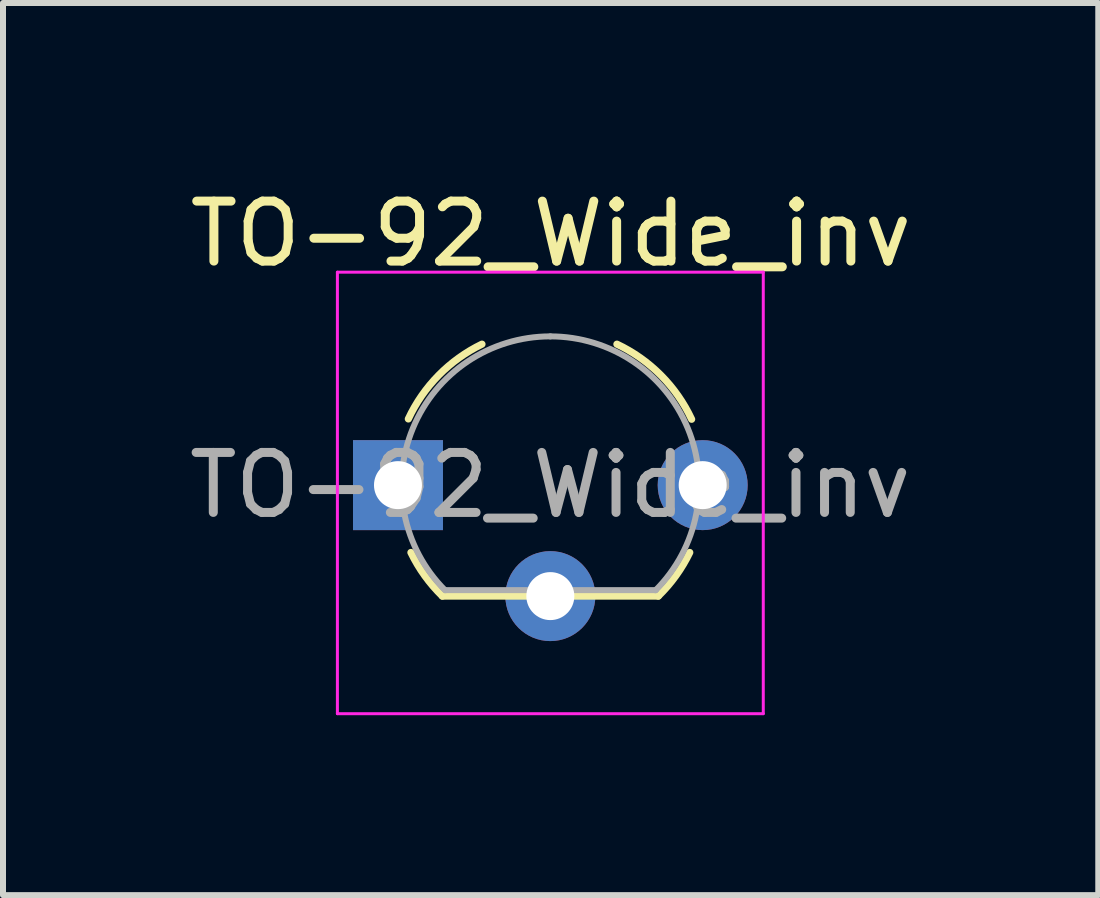
<source format=kicad_pcb>
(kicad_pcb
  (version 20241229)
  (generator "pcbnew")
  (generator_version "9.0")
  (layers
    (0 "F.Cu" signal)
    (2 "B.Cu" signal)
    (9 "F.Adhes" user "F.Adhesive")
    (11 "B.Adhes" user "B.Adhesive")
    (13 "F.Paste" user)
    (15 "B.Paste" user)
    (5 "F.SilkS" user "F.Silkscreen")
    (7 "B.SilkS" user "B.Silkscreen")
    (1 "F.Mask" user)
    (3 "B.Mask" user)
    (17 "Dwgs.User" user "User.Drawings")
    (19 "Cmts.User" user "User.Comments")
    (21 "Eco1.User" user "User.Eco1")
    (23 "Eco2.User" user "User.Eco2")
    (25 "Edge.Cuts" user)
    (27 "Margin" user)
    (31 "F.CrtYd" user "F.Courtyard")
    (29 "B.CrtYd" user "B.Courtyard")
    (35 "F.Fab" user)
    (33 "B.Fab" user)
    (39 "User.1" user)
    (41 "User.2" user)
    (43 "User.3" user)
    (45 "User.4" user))
  (footprint "TO-92_Wide_inv"
    (layer "F.Cu")
    (at 3.585 5.038)
    (property "Reference" "TO-92_Wide_inv" (at 2.55 -4.19 0) (layer "F.SilkS") (effects (font (size 1 1) (thickness 0.15))))
    (attr through_hole)
    (fp_line (start 0.74 1.85) (end 4.34 1.85) (stroke (width 0.12) (type solid)) (layer "F.SilkS"))
    (fp_arc (start 0.172801 -1.103842) (mid 0.678995 -1.832692) (end 1.4 -2.35) (stroke (width 0.12) (type solid)) (layer "F.SilkS"))
    (fp_arc (start 0.74 1.85) (mid 0.446097 1.509328) (end 0.215816 1.122795) (stroke (width 0.12) (type solid)) (layer "F.SilkS"))
    (fp_arc (start 3.65 -2.35) (mid 4.382279 -1.833196) (end 4.895458 -1.098371) (stroke (width 0.12) (type solid)) (layer "F.SilkS"))
    (fp_arc (start 4.864184 1.122795) (mid 4.633903 1.509328) (end 4.34 1.85) (stroke (width 0.12) (type solid)) (layer "F.SilkS"))
    (fp_line (start -1.01 -3.55) (end -1.01 3.81) (stroke (width 0.05) (type solid)) (layer "F.CrtYd"))
    (fp_line (start -1.01 -3.55) (end 6.09 -3.55) (stroke (width 0.05) (type solid)) (layer "F.CrtYd"))
    (fp_line (start 6.09 3.81) (end -1.01 3.81) (stroke (width 0.05) (type solid)) (layer "F.CrtYd"))
    (fp_line (start 6.09 3.81) (end 6.09 -3.55) (stroke (width 0.05) (type solid)) (layer "F.CrtYd"))
    (fp_line (start 0.8 1.75) (end 4.3 1.75) (stroke (width 0.1) (type solid)) (layer "F.Fab"))
    (fp_arc (start 0.786375 1.753625) (mid 0.248779 -0.949055) (end 2.54 -2.48) (stroke (width 0.1) (type solid)) (layer "F.Fab"))
    (fp_arc (start 2.54 -2.48) (mid 4.831221 -0.949055) (end 4.293625 1.753625) (stroke (width 0.1) (type solid)) (layer "F.Fab"))
    (fp_text user "${REFERENCE}" (at 2.54 0 0) (layer "F.Fab") (effects (font (size 1 1) (thickness 0.15))))
    (pad "1" thru_hole rect (at 0 0) (size 1.5 1.5) (drill 0.8) (layers "*.Cu" "*.Mask"))
    (pad "2" thru_hole circle (at 2.54 1.85) (size 1.5 1.5) (drill 0.8) (layers "*.Cu" "*.Mask"))
    (pad "3" thru_hole circle (at 5.08 0) (size 1.5 1.5) (drill 0.8) (layers "*.Cu" "*.Mask")))
  (gr_rect
    (start -3 -3)
    (end 15.26 11.873)
    (stroke (width 0.1) (type default))
    (fill no)
    (layer "Edge.Cuts")))
</source>
